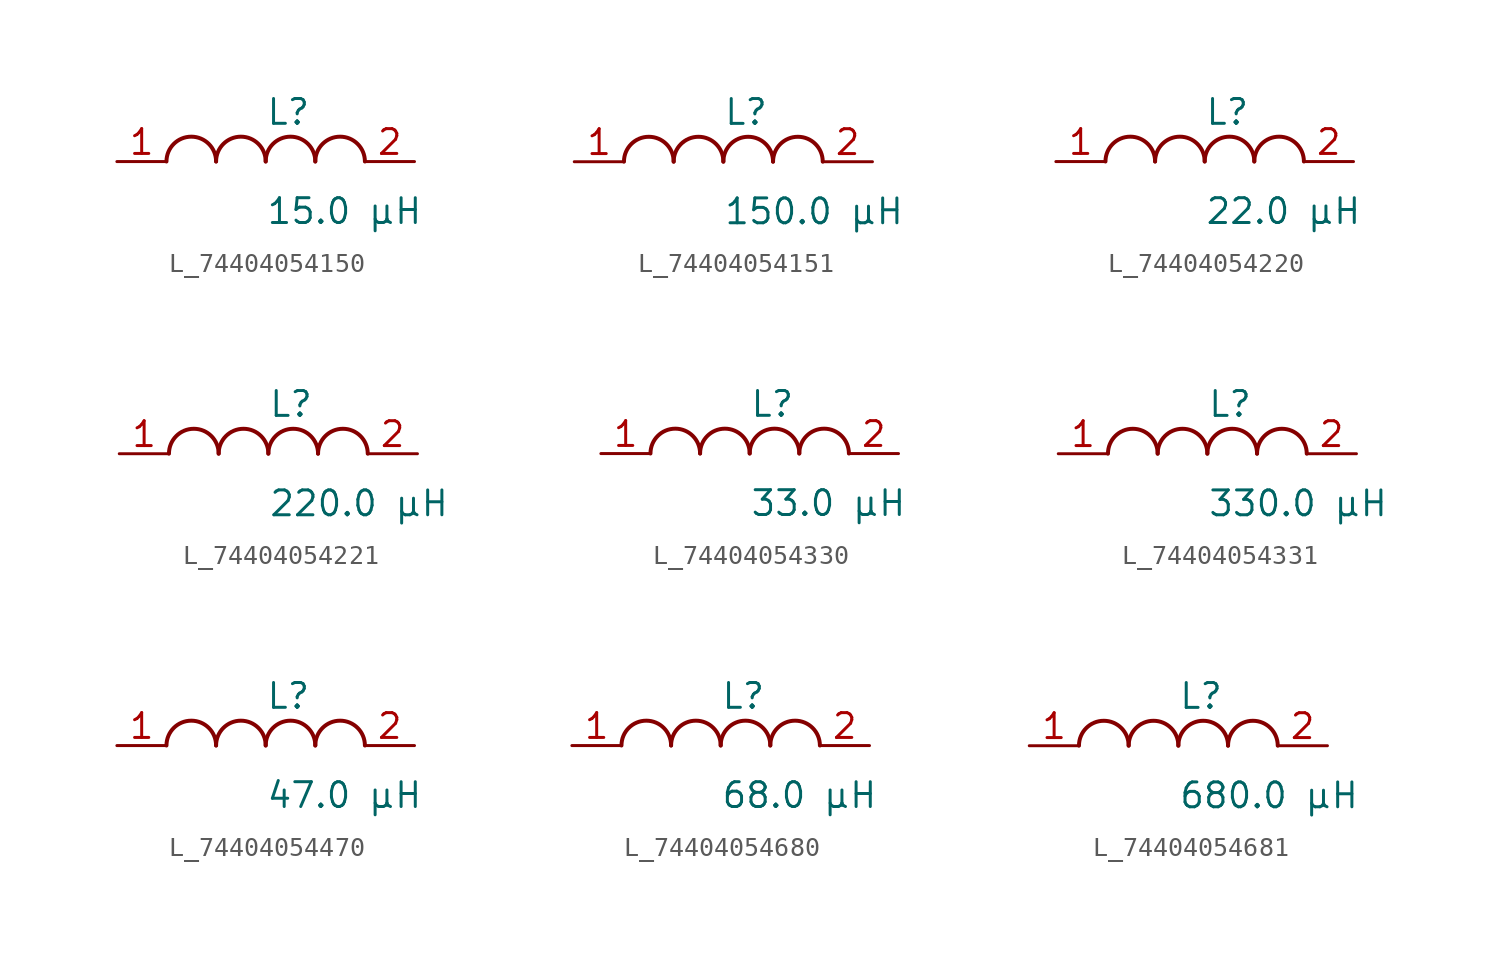
<source format=kicad_sym>
(kicad_symbol_lib
  (version 20231120)
  (generator kicad_symbol_editor)
  (generator_version 8.0)
  (symbol "L_74404054150"
    (pin_names
      (offset 0.254))
    (property "Reference" "L"
      (at 0 2.54 0)
      (effects (font (size 1.27 1.27)) (justify left)))
    (property "Value" "15.0 µH"
      (at 0 -2.54 0)
      (effects (font (size 1.27 1.27)) (justify left)))
    (symbol "L_74404054150_1_1"
      (arc (start -2.54 0.0056) (mid -3.81 1.27) (end -5.08 0.0056) (stroke (width 0.2032) (type default)) (fill (type none)))
      (arc (start 0 0.0056) (mid -1.27 1.27) (end -2.54 0.0056) (stroke (width 0.2032) (type default)) (fill (type none)))
      (arc (start 2.54 0.0056) (mid 1.27 1.27) (end 0 0.0056) (stroke (width 0.2032) (type default)) (fill (type none)))
      (arc (start 5.08 0.0056) (mid 3.81 1.27) (end 2.54 0.0056) (stroke (width 0.2032) (type default)) (fill (type none)))
      (pin unspecified line (at -7.62 0 0) (length 2.54) (name "" (effects (font (size 1.27 1.27)))) (number "1" (effects (font (size 1.27 1.27)))))
      (pin unspecified line (at 7.62 0 180) (length 2.54) (name "" (effects (font (size 1.27 1.27)))) (number "2" (effects (font (size 1.27 1.27)))))))
  (symbol "L_74404054151"
    (pin_names
      (offset 0.254))
    (property "Reference" "L"
      (at 0 2.54 0)
      (effects (font (size 1.27 1.27)) (justify left)))
    (property "Value" "150.0 µH"
      (at 0 -2.54 0)
      (effects (font (size 1.27 1.27)) (justify left)))
    (symbol "L_74404054151_1_1"
      (arc (start -2.54 0.0056) (mid -3.81 1.27) (end -5.08 0.0056) (stroke (width 0.2032) (type default)) (fill (type none)))
      (arc (start 0 0.0056) (mid -1.27 1.27) (end -2.54 0.0056) (stroke (width 0.2032) (type default)) (fill (type none)))
      (arc (start 2.54 0.0056) (mid 1.27 1.27) (end 0 0.0056) (stroke (width 0.2032) (type default)) (fill (type none)))
      (arc (start 5.08 0.0056) (mid 3.81 1.27) (end 2.54 0.0056) (stroke (width 0.2032) (type default)) (fill (type none)))
      (pin unspecified line (at -7.62 0 0) (length 2.54) (name "" (effects (font (size 1.27 1.27)))) (number "1" (effects (font (size 1.27 1.27)))))
      (pin unspecified line (at 7.62 0 180) (length 2.54) (name "" (effects (font (size 1.27 1.27)))) (number "2" (effects (font (size 1.27 1.27)))))))
  (symbol "L_74404054220"
    (pin_names
      (offset 0.254))
    (property "Reference" "L"
      (at 0 2.54 0)
      (effects (font (size 1.27 1.27)) (justify left)))
    (property "Value" "22.0 µH"
      (at 0 -2.54 0)
      (effects (font (size 1.27 1.27)) (justify left)))
    (symbol "L_74404054220_1_1"
      (arc (start -2.54 0.0056) (mid -3.81 1.27) (end -5.08 0.0056) (stroke (width 0.2032) (type default)) (fill (type none)))
      (arc (start 0 0.0056) (mid -1.27 1.27) (end -2.54 0.0056) (stroke (width 0.2032) (type default)) (fill (type none)))
      (arc (start 2.54 0.0056) (mid 1.27 1.27) (end 0 0.0056) (stroke (width 0.2032) (type default)) (fill (type none)))
      (arc (start 5.08 0.0056) (mid 3.81 1.27) (end 2.54 0.0056) (stroke (width 0.2032) (type default)) (fill (type none)))
      (pin unspecified line (at -7.62 0 0) (length 2.54) (name "" (effects (font (size 1.27 1.27)))) (number "1" (effects (font (size 1.27 1.27)))))
      (pin unspecified line (at 7.62 0 180) (length 2.54) (name "" (effects (font (size 1.27 1.27)))) (number "2" (effects (font (size 1.27 1.27)))))))
  (symbol "L_74404054221"
    (pin_names
      (offset 0.254))
    (property "Reference" "L"
      (at 0 2.54 0)
      (effects (font (size 1.27 1.27)) (justify left)))
    (property "Value" "220.0 µH"
      (at 0 -2.54 0)
      (effects (font (size 1.27 1.27)) (justify left)))
    (symbol "L_74404054221_1_1"
      (arc (start -2.54 0.0056) (mid -3.81 1.27) (end -5.08 0.0056) (stroke (width 0.2032) (type default)) (fill (type none)))
      (arc (start 0 0.0056) (mid -1.27 1.27) (end -2.54 0.0056) (stroke (width 0.2032) (type default)) (fill (type none)))
      (arc (start 2.54 0.0056) (mid 1.27 1.27) (end 0 0.0056) (stroke (width 0.2032) (type default)) (fill (type none)))
      (arc (start 5.08 0.0056) (mid 3.81 1.27) (end 2.54 0.0056) (stroke (width 0.2032) (type default)) (fill (type none)))
      (pin unspecified line (at -7.62 0 0) (length 2.54) (name "" (effects (font (size 1.27 1.27)))) (number "1" (effects (font (size 1.27 1.27)))))
      (pin unspecified line (at 7.62 0 180) (length 2.54) (name "" (effects (font (size 1.27 1.27)))) (number "2" (effects (font (size 1.27 1.27)))))))
  (symbol "L_74404054330"
    (pin_names
      (offset 0.254))
    (property "Reference" "L"
      (at 0 2.54 0)
      (effects (font (size 1.27 1.27)) (justify left)))
    (property "Value" "33.0 µH"
      (at 0 -2.54 0)
      (effects (font (size 1.27 1.27)) (justify left)))
    (symbol "L_74404054330_1_1"
      (arc (start -2.54 0.0056) (mid -3.81 1.27) (end -5.08 0.0056) (stroke (width 0.2032) (type default)) (fill (type none)))
      (arc (start 0 0.0056) (mid -1.27 1.27) (end -2.54 0.0056) (stroke (width 0.2032) (type default)) (fill (type none)))
      (arc (start 2.54 0.0056) (mid 1.27 1.27) (end 0 0.0056) (stroke (width 0.2032) (type default)) (fill (type none)))
      (arc (start 5.08 0.0056) (mid 3.81 1.27) (end 2.54 0.0056) (stroke (width 0.2032) (type default)) (fill (type none)))
      (pin unspecified line (at -7.62 0 0) (length 2.54) (name "" (effects (font (size 1.27 1.27)))) (number "1" (effects (font (size 1.27 1.27)))))
      (pin unspecified line (at 7.62 0 180) (length 2.54) (name "" (effects (font (size 1.27 1.27)))) (number "2" (effects (font (size 1.27 1.27)))))))
  (symbol "L_74404054331"
    (pin_names
      (offset 0.254))
    (property "Reference" "L"
      (at 0 2.54 0)
      (effects (font (size 1.27 1.27)) (justify left)))
    (property "Value" "330.0 µH"
      (at 0 -2.54 0)
      (effects (font (size 1.27 1.27)) (justify left)))
    (symbol "L_74404054331_1_1"
      (arc (start -2.54 0.0056) (mid -3.81 1.27) (end -5.08 0.0056) (stroke (width 0.2032) (type default)) (fill (type none)))
      (arc (start 0 0.0056) (mid -1.27 1.27) (end -2.54 0.0056) (stroke (width 0.2032) (type default)) (fill (type none)))
      (arc (start 2.54 0.0056) (mid 1.27 1.27) (end 0 0.0056) (stroke (width 0.2032) (type default)) (fill (type none)))
      (arc (start 5.08 0.0056) (mid 3.81 1.27) (end 2.54 0.0056) (stroke (width 0.2032) (type default)) (fill (type none)))
      (pin unspecified line (at -7.62 0 0) (length 2.54) (name "" (effects (font (size 1.27 1.27)))) (number "1" (effects (font (size 1.27 1.27)))))
      (pin unspecified line (at 7.62 0 180) (length 2.54) (name "" (effects (font (size 1.27 1.27)))) (number "2" (effects (font (size 1.27 1.27)))))))
  (symbol "L_74404054470"
    (pin_names
      (offset 0.254))
    (property "Reference" "L"
      (at 0 2.54 0)
      (effects (font (size 1.27 1.27)) (justify left)))
    (property "Value" "47.0 µH"
      (at 0 -2.54 0)
      (effects (font (size 1.27 1.27)) (justify left)))
    (symbol "L_74404054470_1_1"
      (arc (start -2.54 0.0056) (mid -3.81 1.27) (end -5.08 0.0056) (stroke (width 0.2032) (type default)) (fill (type none)))
      (arc (start 0 0.0056) (mid -1.27 1.27) (end -2.54 0.0056) (stroke (width 0.2032) (type default)) (fill (type none)))
      (arc (start 2.54 0.0056) (mid 1.27 1.27) (end 0 0.0056) (stroke (width 0.2032) (type default)) (fill (type none)))
      (arc (start 5.08 0.0056) (mid 3.81 1.27) (end 2.54 0.0056) (stroke (width 0.2032) (type default)) (fill (type none)))
      (pin unspecified line (at -7.62 0 0) (length 2.54) (name "" (effects (font (size 1.27 1.27)))) (number "1" (effects (font (size 1.27 1.27)))))
      (pin unspecified line (at 7.62 0 180) (length 2.54) (name "" (effects (font (size 1.27 1.27)))) (number "2" (effects (font (size 1.27 1.27)))))))
  (symbol "L_74404054680"
    (pin_names
      (offset 0.254))
    (property "Reference" "L"
      (at 0 2.54 0)
      (effects (font (size 1.27 1.27)) (justify left)))
    (property "Value" "68.0 µH"
      (at 0 -2.54 0)
      (effects (font (size 1.27 1.27)) (justify left)))
    (symbol "L_74404054680_1_1"
      (arc (start -2.54 0.0056) (mid -3.81 1.27) (end -5.08 0.0056) (stroke (width 0.2032) (type default)) (fill (type none)))
      (arc (start 0 0.0056) (mid -1.27 1.27) (end -2.54 0.0056) (stroke (width 0.2032) (type default)) (fill (type none)))
      (arc (start 2.54 0.0056) (mid 1.27 1.27) (end 0 0.0056) (stroke (width 0.2032) (type default)) (fill (type none)))
      (arc (start 5.08 0.0056) (mid 3.81 1.27) (end 2.54 0.0056) (stroke (width 0.2032) (type default)) (fill (type none)))
      (pin unspecified line (at -7.62 0 0) (length 2.54) (name "" (effects (font (size 1.27 1.27)))) (number "1" (effects (font (size 1.27 1.27)))))
      (pin unspecified line (at 7.62 0 180) (length 2.54) (name "" (effects (font (size 1.27 1.27)))) (number "2" (effects (font (size 1.27 1.27)))))))
  (symbol "L_74404054681"
    (pin_names
      (offset 0.254))
    (property "Reference" "L"
      (at 0 2.54 0)
      (effects (font (size 1.27 1.27)) (justify left)))
    (property "Value" "680.0 µH"
      (at 0 -2.54 0)
      (effects (font (size 1.27 1.27)) (justify left)))
    (symbol "L_74404054681_1_1"
      (arc (start -2.54 0.0056) (mid -3.81 1.27) (end -5.08 0.0056) (stroke (width 0.2032) (type default)) (fill (type none)))
      (arc (start 0 0.0056) (mid -1.27 1.27) (end -2.54 0.0056) (stroke (width 0.2032) (type default)) (fill (type none)))
      (arc (start 2.54 0.0056) (mid 1.27 1.27) (end 0 0.0056) (stroke (width 0.2032) (type default)) (fill (type none)))
      (arc (start 5.08 0.0056) (mid 3.81 1.27) (end 2.54 0.0056) (stroke (width 0.2032) (type default)) (fill (type none)))
      (pin unspecified line (at -7.62 0 0) (length 2.54) (name "" (effects (font (size 1.27 1.27)))) (number "1" (effects (font (size 1.27 1.27)))))
      (pin unspecified line (at 7.62 0 180) (length 2.54) (name "" (effects (font (size 1.27 1.27)))) (number "2" (effects (font (size 1.27 1.27))))))))
</source>
